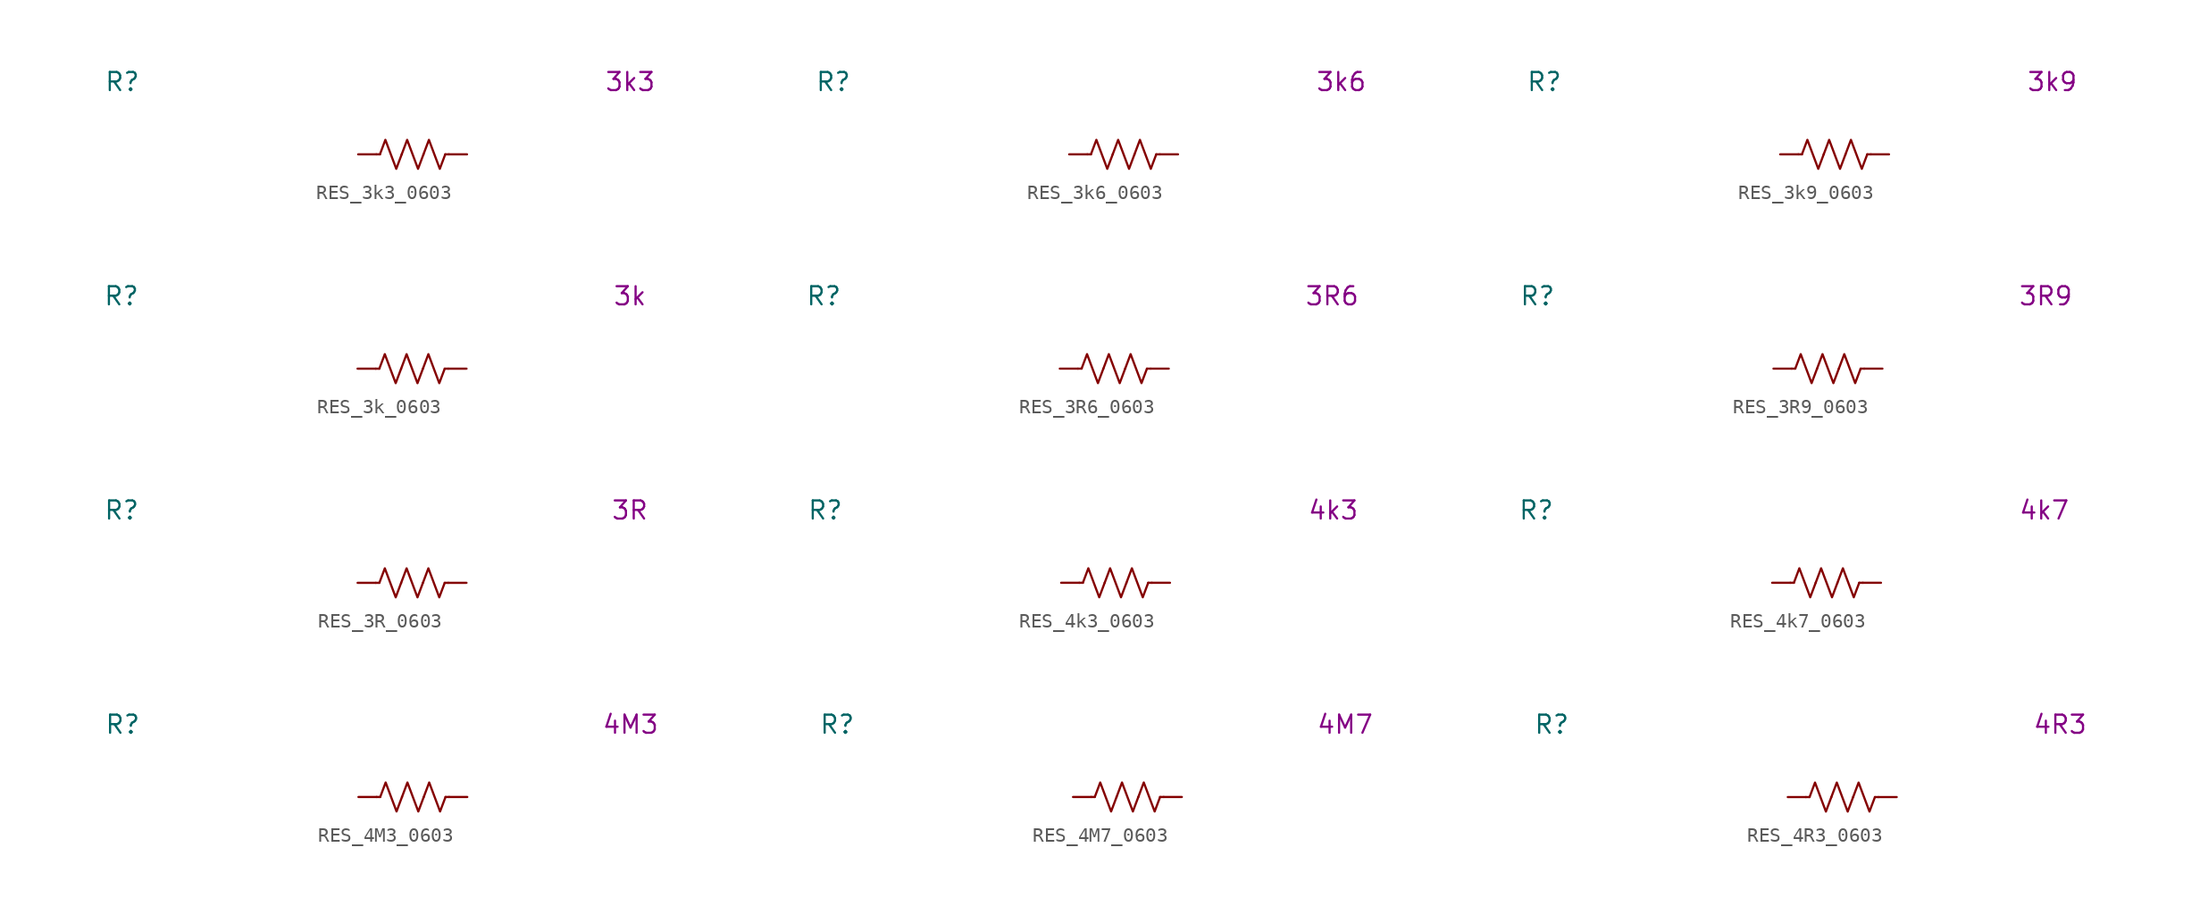
<source format=kicad_sym>
(kicad_symbol_lib
  (version 20231120)
  (generator "kicad_symbol_editor")
  (generator_version "8.0")
  (symbol "RES_3k3_0603"
    (pin_numbers hide)
    (property "Reference" "R"
      (at -20.32 5.08 0)
      (effects (font (size 1.27 1.27))))
    (property "Display Value" "3k3"
      (at 15.24 5.08 0)
      (effects (font (size 1.27 1.27))))
    (symbol "RES_3k3_0603_0_1"
      (polyline (pts (xy -2.286 0) (xy -2.54 0)) (stroke (width 0) (type default)) (fill (type none)))
      (polyline (pts (xy 2.286 0) (xy 2.54 0)) (stroke (width 0) (type default)) (fill (type none)))
      (polyline (pts (xy -2.286 0) (xy -1.905 1.016) (xy -1.524 0) (xy -1.143 -1.016) (xy -0.762 0)) (stroke (width 0) (type default)) (fill (type none)))
      (polyline (pts (xy -0.762 0) (xy -0.381 1.016) (xy 0 0) (xy 0.381 -1.016) (xy 0.762 0)) (stroke (width 0) (type default)) (fill (type none)))
      (polyline (pts (xy 0.762 0) (xy 1.143 1.016) (xy 1.524 0) (xy 1.905 -1.016) (xy 2.286 0)) (stroke (width 0) (type default)) (fill (type none))))
    (symbol "RES_3k3_0603_1_1"
      (pin passive line (at -3.81 0 0) (length 1.27) (name "~" (effects (font (size 1.27 1.27)))) (number "1" (effects (font (size 1.27 1.27)))))
      (pin passive line (at 3.81 0 180) (length 1.27) (name "~" (effects (font (size 1.27 1.27)))) (number "2" (effects (font (size 1.27 1.27)))))))
  (symbol "RES_3k6_0603"
    (pin_numbers hide)
    (property "Reference" "R"
      (at -20.32 5.08 0)
      (effects (font (size 1.27 1.27))))
    (property "Display Value" "3k6"
      (at 15.24 5.08 0)
      (effects (font (size 1.27 1.27))))
    (symbol "RES_3k6_0603_0_1"
      (polyline (pts (xy -2.286 0) (xy -2.54 0)) (stroke (width 0) (type default)) (fill (type none)))
      (polyline (pts (xy 2.286 0) (xy 2.54 0)) (stroke (width 0) (type default)) (fill (type none)))
      (polyline (pts (xy -2.286 0) (xy -1.905 1.016) (xy -1.524 0) (xy -1.143 -1.016) (xy -0.762 0)) (stroke (width 0) (type default)) (fill (type none)))
      (polyline (pts (xy -0.762 0) (xy -0.381 1.016) (xy 0 0) (xy 0.381 -1.016) (xy 0.762 0)) (stroke (width 0) (type default)) (fill (type none)))
      (polyline (pts (xy 0.762 0) (xy 1.143 1.016) (xy 1.524 0) (xy 1.905 -1.016) (xy 2.286 0)) (stroke (width 0) (type default)) (fill (type none))))
    (symbol "RES_3k6_0603_1_1"
      (pin passive line (at -3.81 0 0) (length 1.27) (name "~" (effects (font (size 1.27 1.27)))) (number "1" (effects (font (size 1.27 1.27)))))
      (pin passive line (at 3.81 0 180) (length 1.27) (name "~" (effects (font (size 1.27 1.27)))) (number "2" (effects (font (size 1.27 1.27)))))))
  (symbol "RES_3k9_0603"
    (pin_numbers hide)
    (property "Reference" "R"
      (at -20.32 5.08 0)
      (effects (font (size 1.27 1.27))))
    (property "Display Value" "3k9"
      (at 15.24 5.08 0)
      (effects (font (size 1.27 1.27))))
    (symbol "RES_3k9_0603_0_1"
      (polyline (pts (xy -2.286 0) (xy -2.54 0)) (stroke (width 0) (type default)) (fill (type none)))
      (polyline (pts (xy 2.286 0) (xy 2.54 0)) (stroke (width 0) (type default)) (fill (type none)))
      (polyline (pts (xy -2.286 0) (xy -1.905 1.016) (xy -1.524 0) (xy -1.143 -1.016) (xy -0.762 0)) (stroke (width 0) (type default)) (fill (type none)))
      (polyline (pts (xy -0.762 0) (xy -0.381 1.016) (xy 0 0) (xy 0.381 -1.016) (xy 0.762 0)) (stroke (width 0) (type default)) (fill (type none)))
      (polyline (pts (xy 0.762 0) (xy 1.143 1.016) (xy 1.524 0) (xy 1.905 -1.016) (xy 2.286 0)) (stroke (width 0) (type default)) (fill (type none))))
    (symbol "RES_3k9_0603_1_1"
      (pin passive line (at -3.81 0 0) (length 1.27) (name "~" (effects (font (size 1.27 1.27)))) (number "1" (effects (font (size 1.27 1.27)))))
      (pin passive line (at 3.81 0 180) (length 1.27) (name "~" (effects (font (size 1.27 1.27)))) (number "2" (effects (font (size 1.27 1.27)))))))
  (symbol "RES_3k_0603"
    (pin_numbers hide)
    (property "Reference" "R"
      (at -20.32 5.08 0)
      (effects (font (size 1.27 1.27))))
    (property "Display Value" "3k"
      (at 15.24 5.08 0)
      (effects (font (size 1.27 1.27))))
    (symbol "RES_3k_0603_0_1"
      (polyline (pts (xy -2.286 0) (xy -2.54 0)) (stroke (width 0) (type default)) (fill (type none)))
      (polyline (pts (xy 2.286 0) (xy 2.54 0)) (stroke (width 0) (type default)) (fill (type none)))
      (polyline (pts (xy -2.286 0) (xy -1.905 1.016) (xy -1.524 0) (xy -1.143 -1.016) (xy -0.762 0)) (stroke (width 0) (type default)) (fill (type none)))
      (polyline (pts (xy -0.762 0) (xy -0.381 1.016) (xy 0 0) (xy 0.381 -1.016) (xy 0.762 0)) (stroke (width 0) (type default)) (fill (type none)))
      (polyline (pts (xy 0.762 0) (xy 1.143 1.016) (xy 1.524 0) (xy 1.905 -1.016) (xy 2.286 0)) (stroke (width 0) (type default)) (fill (type none))))
    (symbol "RES_3k_0603_1_1"
      (pin passive line (at -3.81 0 0) (length 1.27) (name "~" (effects (font (size 1.27 1.27)))) (number "1" (effects (font (size 1.27 1.27)))))
      (pin passive line (at 3.81 0 180) (length 1.27) (name "~" (effects (font (size 1.27 1.27)))) (number "2" (effects (font (size 1.27 1.27)))))))
  (symbol "RES_3R6_0603"
    (pin_numbers hide)
    (property "Reference" "R"
      (at -20.32 5.08 0)
      (effects (font (size 1.27 1.27))))
    (property "Display Value" "3R6"
      (at 15.24 5.08 0)
      (effects (font (size 1.27 1.27))))
    (symbol "RES_3R6_0603_0_1"
      (polyline (pts (xy -2.286 0) (xy -2.54 0)) (stroke (width 0) (type default)) (fill (type none)))
      (polyline (pts (xy 2.286 0) (xy 2.54 0)) (stroke (width 0) (type default)) (fill (type none)))
      (polyline (pts (xy -2.286 0) (xy -1.905 1.016) (xy -1.524 0) (xy -1.143 -1.016) (xy -0.762 0)) (stroke (width 0) (type default)) (fill (type none)))
      (polyline (pts (xy -0.762 0) (xy -0.381 1.016) (xy 0 0) (xy 0.381 -1.016) (xy 0.762 0)) (stroke (width 0) (type default)) (fill (type none)))
      (polyline (pts (xy 0.762 0) (xy 1.143 1.016) (xy 1.524 0) (xy 1.905 -1.016) (xy 2.286 0)) (stroke (width 0) (type default)) (fill (type none))))
    (symbol "RES_3R6_0603_1_1"
      (pin passive line (at -3.81 0 0) (length 1.27) (name "~" (effects (font (size 1.27 1.27)))) (number "1" (effects (font (size 1.27 1.27)))))
      (pin passive line (at 3.81 0 180) (length 1.27) (name "~" (effects (font (size 1.27 1.27)))) (number "2" (effects (font (size 1.27 1.27)))))))
  (symbol "RES_3R9_0603"
    (pin_numbers hide)
    (property "Reference" "R"
      (at -20.32 5.08 0)
      (effects (font (size 1.27 1.27))))
    (property "Display Value" "3R9"
      (at 15.24 5.08 0)
      (effects (font (size 1.27 1.27))))
    (symbol "RES_3R9_0603_0_1"
      (polyline (pts (xy -2.286 0) (xy -2.54 0)) (stroke (width 0) (type default)) (fill (type none)))
      (polyline (pts (xy 2.286 0) (xy 2.54 0)) (stroke (width 0) (type default)) (fill (type none)))
      (polyline (pts (xy -2.286 0) (xy -1.905 1.016) (xy -1.524 0) (xy -1.143 -1.016) (xy -0.762 0)) (stroke (width 0) (type default)) (fill (type none)))
      (polyline (pts (xy -0.762 0) (xy -0.381 1.016) (xy 0 0) (xy 0.381 -1.016) (xy 0.762 0)) (stroke (width 0) (type default)) (fill (type none)))
      (polyline (pts (xy 0.762 0) (xy 1.143 1.016) (xy 1.524 0) (xy 1.905 -1.016) (xy 2.286 0)) (stroke (width 0) (type default)) (fill (type none))))
    (symbol "RES_3R9_0603_1_1"
      (pin passive line (at -3.81 0 0) (length 1.27) (name "~" (effects (font (size 1.27 1.27)))) (number "1" (effects (font (size 1.27 1.27)))))
      (pin passive line (at 3.81 0 180) (length 1.27) (name "~" (effects (font (size 1.27 1.27)))) (number "2" (effects (font (size 1.27 1.27)))))))
  (symbol "RES_3R_0603"
    (pin_numbers hide)
    (property "Reference" "R"
      (at -20.32 5.08 0)
      (effects (font (size 1.27 1.27))))
    (property "Display Value" "3R"
      (at 15.24 5.08 0)
      (effects (font (size 1.27 1.27))))
    (symbol "RES_3R_0603_0_1"
      (polyline (pts (xy -2.286 0) (xy -2.54 0)) (stroke (width 0) (type default)) (fill (type none)))
      (polyline (pts (xy 2.286 0) (xy 2.54 0)) (stroke (width 0) (type default)) (fill (type none)))
      (polyline (pts (xy -2.286 0) (xy -1.905 1.016) (xy -1.524 0) (xy -1.143 -1.016) (xy -0.762 0)) (stroke (width 0) (type default)) (fill (type none)))
      (polyline (pts (xy -0.762 0) (xy -0.381 1.016) (xy 0 0) (xy 0.381 -1.016) (xy 0.762 0)) (stroke (width 0) (type default)) (fill (type none)))
      (polyline (pts (xy 0.762 0) (xy 1.143 1.016) (xy 1.524 0) (xy 1.905 -1.016) (xy 2.286 0)) (stroke (width 0) (type default)) (fill (type none))))
    (symbol "RES_3R_0603_1_1"
      (pin passive line (at -3.81 0 0) (length 1.27) (name "~" (effects (font (size 1.27 1.27)))) (number "1" (effects (font (size 1.27 1.27)))))
      (pin passive line (at 3.81 0 180) (length 1.27) (name "~" (effects (font (size 1.27 1.27)))) (number "2" (effects (font (size 1.27 1.27)))))))
  (symbol "RES_4k3_0603"
    (pin_numbers hide)
    (property "Reference" "R"
      (at -20.32 5.08 0)
      (effects (font (size 1.27 1.27))))
    (property "Display Value" "4k3"
      (at 15.24 5.08 0)
      (effects (font (size 1.27 1.27))))
    (symbol "RES_4k3_0603_0_1"
      (polyline (pts (xy -2.286 0) (xy -2.54 0)) (stroke (width 0) (type default)) (fill (type none)))
      (polyline (pts (xy 2.286 0) (xy 2.54 0)) (stroke (width 0) (type default)) (fill (type none)))
      (polyline (pts (xy -2.286 0) (xy -1.905 1.016) (xy -1.524 0) (xy -1.143 -1.016) (xy -0.762 0)) (stroke (width 0) (type default)) (fill (type none)))
      (polyline (pts (xy -0.762 0) (xy -0.381 1.016) (xy 0 0) (xy 0.381 -1.016) (xy 0.762 0)) (stroke (width 0) (type default)) (fill (type none)))
      (polyline (pts (xy 0.762 0) (xy 1.143 1.016) (xy 1.524 0) (xy 1.905 -1.016) (xy 2.286 0)) (stroke (width 0) (type default)) (fill (type none))))
    (symbol "RES_4k3_0603_1_1"
      (pin passive line (at -3.81 0 0) (length 1.27) (name "~" (effects (font (size 1.27 1.27)))) (number "1" (effects (font (size 1.27 1.27)))))
      (pin passive line (at 3.81 0 180) (length 1.27) (name "~" (effects (font (size 1.27 1.27)))) (number "2" (effects (font (size 1.27 1.27)))))))
  (symbol "RES_4k7_0603"
    (pin_numbers hide)
    (property "Reference" "R"
      (at -20.32 5.08 0)
      (effects (font (size 1.27 1.27))))
    (property "Display Value" "4k7"
      (at 15.24 5.08 0)
      (effects (font (size 1.27 1.27))))
    (symbol "RES_4k7_0603_0_1"
      (polyline (pts (xy -2.286 0) (xy -2.54 0)) (stroke (width 0) (type default)) (fill (type none)))
      (polyline (pts (xy 2.286 0) (xy 2.54 0)) (stroke (width 0) (type default)) (fill (type none)))
      (polyline (pts (xy -2.286 0) (xy -1.905 1.016) (xy -1.524 0) (xy -1.143 -1.016) (xy -0.762 0)) (stroke (width 0) (type default)) (fill (type none)))
      (polyline (pts (xy -0.762 0) (xy -0.381 1.016) (xy 0 0) (xy 0.381 -1.016) (xy 0.762 0)) (stroke (width 0) (type default)) (fill (type none)))
      (polyline (pts (xy 0.762 0) (xy 1.143 1.016) (xy 1.524 0) (xy 1.905 -1.016) (xy 2.286 0)) (stroke (width 0) (type default)) (fill (type none))))
    (symbol "RES_4k7_0603_1_1"
      (pin passive line (at -3.81 0 0) (length 1.27) (name "~" (effects (font (size 1.27 1.27)))) (number "1" (effects (font (size 1.27 1.27)))))
      (pin passive line (at 3.81 0 180) (length 1.27) (name "~" (effects (font (size 1.27 1.27)))) (number "2" (effects (font (size 1.27 1.27)))))))
  (symbol "RES_4M3_0603"
    (pin_numbers hide)
    (property "Reference" "R"
      (at -20.32 5.08 0)
      (effects (font (size 1.27 1.27))))
    (property "Display Value" "4M3"
      (at 15.24 5.08 0)
      (effects (font (size 1.27 1.27))))
    (symbol "RES_4M3_0603_0_1"
      (polyline (pts (xy -2.286 0) (xy -2.54 0)) (stroke (width 0) (type default)) (fill (type none)))
      (polyline (pts (xy 2.286 0) (xy 2.54 0)) (stroke (width 0) (type default)) (fill (type none)))
      (polyline (pts (xy -2.286 0) (xy -1.905 1.016) (xy -1.524 0) (xy -1.143 -1.016) (xy -0.762 0)) (stroke (width 0) (type default)) (fill (type none)))
      (polyline (pts (xy -0.762 0) (xy -0.381 1.016) (xy 0 0) (xy 0.381 -1.016) (xy 0.762 0)) (stroke (width 0) (type default)) (fill (type none)))
      (polyline (pts (xy 0.762 0) (xy 1.143 1.016) (xy 1.524 0) (xy 1.905 -1.016) (xy 2.286 0)) (stroke (width 0) (type default)) (fill (type none))))
    (symbol "RES_4M3_0603_1_1"
      (pin passive line (at -3.81 0 0) (length 1.27) (name "~" (effects (font (size 1.27 1.27)))) (number "1" (effects (font (size 1.27 1.27)))))
      (pin passive line (at 3.81 0 180) (length 1.27) (name "~" (effects (font (size 1.27 1.27)))) (number "2" (effects (font (size 1.27 1.27)))))))
  (symbol "RES_4M7_0603"
    (pin_numbers hide)
    (property "Reference" "R"
      (at -20.32 5.08 0)
      (effects (font (size 1.27 1.27))))
    (property "Display Value" "4M7"
      (at 15.24 5.08 0)
      (effects (font (size 1.27 1.27))))
    (symbol "RES_4M7_0603_0_1"
      (polyline (pts (xy -2.286 0) (xy -2.54 0)) (stroke (width 0) (type default)) (fill (type none)))
      (polyline (pts (xy 2.286 0) (xy 2.54 0)) (stroke (width 0) (type default)) (fill (type none)))
      (polyline (pts (xy -2.286 0) (xy -1.905 1.016) (xy -1.524 0) (xy -1.143 -1.016) (xy -0.762 0)) (stroke (width 0) (type default)) (fill (type none)))
      (polyline (pts (xy -0.762 0) (xy -0.381 1.016) (xy 0 0) (xy 0.381 -1.016) (xy 0.762 0)) (stroke (width 0) (type default)) (fill (type none)))
      (polyline (pts (xy 0.762 0) (xy 1.143 1.016) (xy 1.524 0) (xy 1.905 -1.016) (xy 2.286 0)) (stroke (width 0) (type default)) (fill (type none))))
    (symbol "RES_4M7_0603_1_1"
      (pin passive line (at -3.81 0 0) (length 1.27) (name "~" (effects (font (size 1.27 1.27)))) (number "1" (effects (font (size 1.27 1.27)))))
      (pin passive line (at 3.81 0 180) (length 1.27) (name "~" (effects (font (size 1.27 1.27)))) (number "2" (effects (font (size 1.27 1.27)))))))
  (symbol "RES_4R3_0603"
    (pin_numbers hide)
    (property "Reference" "R"
      (at -20.32 5.08 0)
      (effects (font (size 1.27 1.27))))
    (property "Display Value" "4R3"
      (at 15.24 5.08 0)
      (effects (font (size 1.27 1.27))))
    (symbol "RES_4R3_0603_0_1"
      (polyline (pts (xy -2.286 0) (xy -2.54 0)) (stroke (width 0) (type default)) (fill (type none)))
      (polyline (pts (xy 2.286 0) (xy 2.54 0)) (stroke (width 0) (type default)) (fill (type none)))
      (polyline (pts (xy -2.286 0) (xy -1.905 1.016) (xy -1.524 0) (xy -1.143 -1.016) (xy -0.762 0)) (stroke (width 0) (type default)) (fill (type none)))
      (polyline (pts (xy -0.762 0) (xy -0.381 1.016) (xy 0 0) (xy 0.381 -1.016) (xy 0.762 0)) (stroke (width 0) (type default)) (fill (type none)))
      (polyline (pts (xy 0.762 0) (xy 1.143 1.016) (xy 1.524 0) (xy 1.905 -1.016) (xy 2.286 0)) (stroke (width 0) (type default)) (fill (type none))))
    (symbol "RES_4R3_0603_1_1"
      (pin passive line (at -3.81 0 0) (length 1.27) (name "~" (effects (font (size 1.27 1.27)))) (number "1" (effects (font (size 1.27 1.27)))))
      (pin passive line (at 3.81 0 180) (length 1.27) (name "~" (effects (font (size 1.27 1.27)))) (number "2" (effects (font (size 1.27 1.27))))))))
</source>
